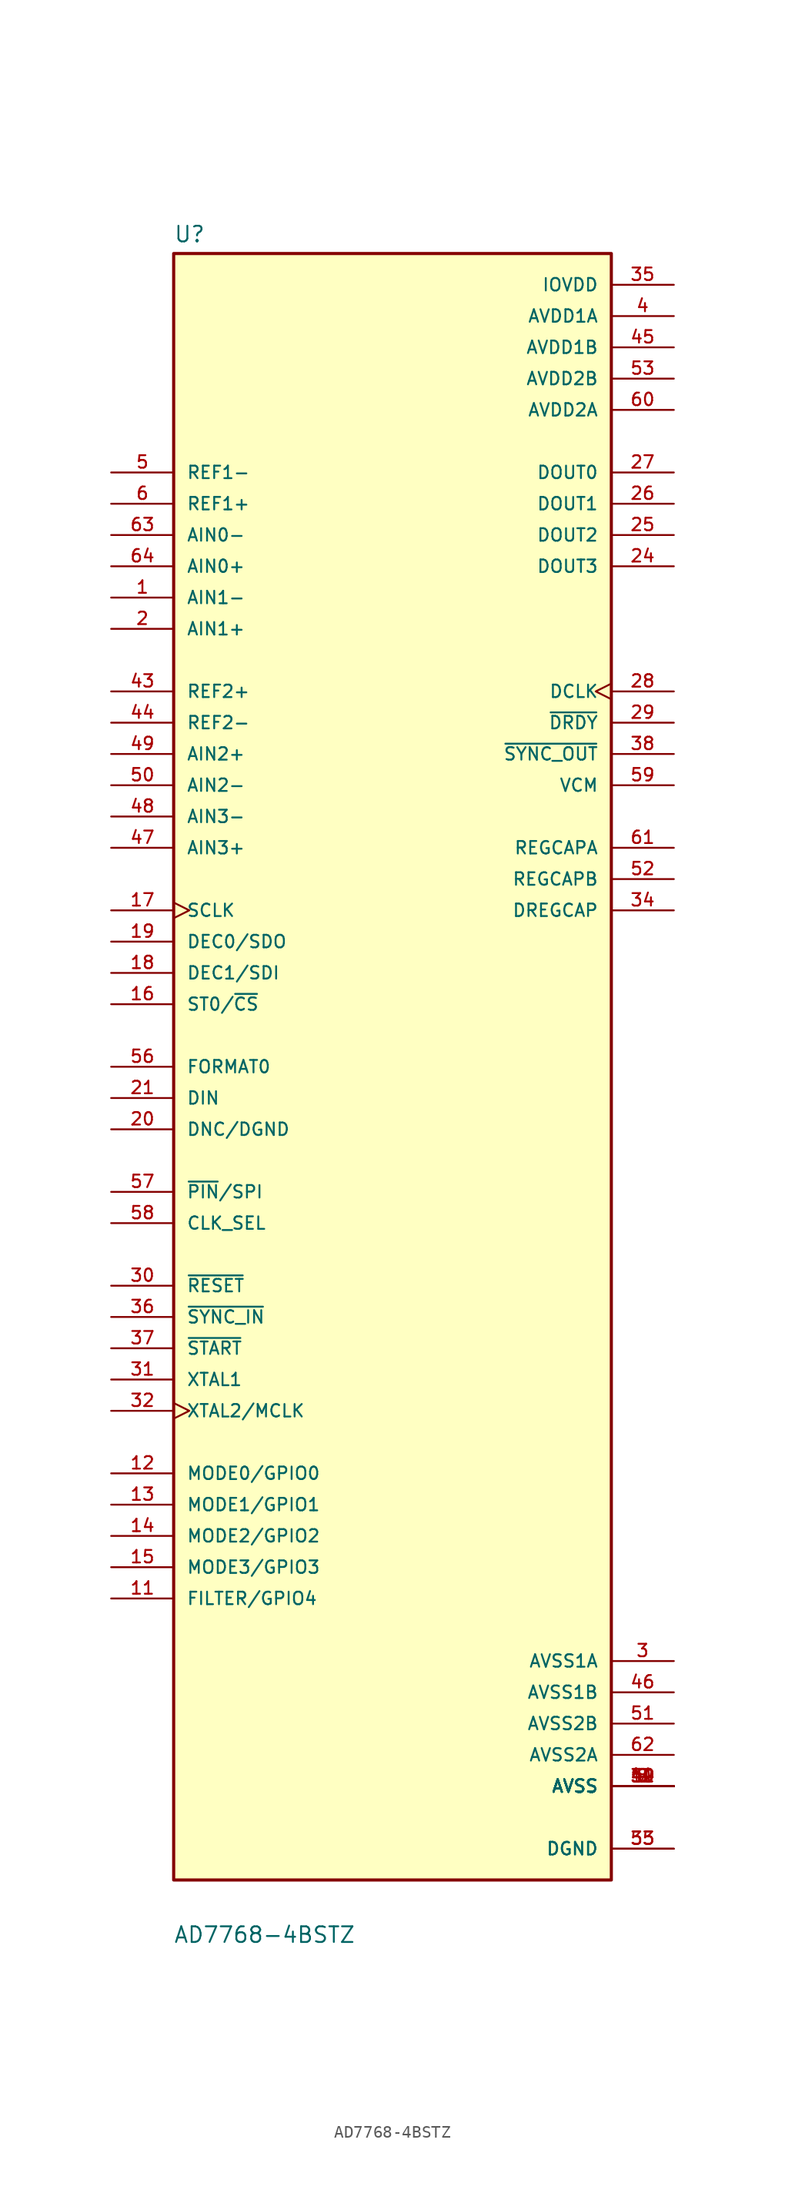
<source format=kicad_sym>
(kicad_symbol_lib
  (version 20211014)
  (generator kicad_symbol_editor)
  (symbol "AD7768-4BSTZ"
    (pin_names
      (offset 1.016))
    (property "Reference" "U"
      (at -17.796 66.861 0)
      (effects (font (size 1.27 1.27)) (justify bottom left)))
    (property "Value" "AD7768-4BSTZ"
      (at -17.809 -71.235 0)
      (effects (font (size 1.27 1.27)) (justify bottom left)))
    (symbol "AD7768-4BSTZ_0_0"
      (rectangle (start -17.78 -66.04) (end 17.78 66.04) (stroke (width 0.254)) (fill (type background)))
      (pin input line (at -22.86 38.1 0) (length 5.08) (name "AIN1-" (effects (font (size 1.016 1.016)))) (number "1" (effects (font (size 1.016 1.016)))))
      (pin input line (at -22.86 35.56 0) (length 5.08) (name "AIN1+" (effects (font (size 1.016 1.016)))) (number "2" (effects (font (size 1.016 1.016)))))
      (pin power_in line (at 22.86 -48.26 180.0) (length 5.08) (name "AVSS1A" (effects (font (size 1.016 1.016)))) (number "3" (effects (font (size 1.016 1.016)))))
      (pin power_in line (at 22.86 60.96 180.0) (length 5.08) (name "AVDD1A" (effects (font (size 1.016 1.016)))) (number "4" (effects (font (size 1.016 1.016)))))
      (pin input line (at -22.86 48.26 0) (length 5.08) (name "REF1-" (effects (font (size 1.016 1.016)))) (number "5" (effects (font (size 1.016 1.016)))))
      (pin input line (at -22.86 45.72 0) (length 5.08) (name "REF1+" (effects (font (size 1.016 1.016)))) (number "6" (effects (font (size 1.016 1.016)))))
      (pin power_in line (at 22.86 -58.42 180.0) (length 5.08) (name "AVSS" (effects (font (size 1.016 1.016)))) (number "7" (effects (font (size 1.016 1.016)))))
      (pin power_in line (at 22.86 -58.42 180.0) (length 5.08) (name "AVSS" (effects (font (size 1.016 1.016)))) (number "8" (effects (font (size 1.016 1.016)))))
      (pin power_in line (at 22.86 -58.42 180.0) (length 5.08) (name "AVSS" (effects (font (size 1.016 1.016)))) (number "9" (effects (font (size 1.016 1.016)))))
      (pin power_in line (at 22.86 -58.42 180.0) (length 5.08) (name "AVSS" (effects (font (size 1.016 1.016)))) (number "10" (effects (font (size 1.016 1.016)))))
      (pin power_in line (at 22.86 -58.42 180.0) (length 5.08) (name "AVSS" (effects (font (size 1.016 1.016)))) (number "39" (effects (font (size 1.016 1.016)))))
      (pin power_in line (at 22.86 -58.42 180.0) (length 5.08) (name "AVSS" (effects (font (size 1.016 1.016)))) (number "40" (effects (font (size 1.016 1.016)))))
      (pin power_in line (at 22.86 -58.42 180.0) (length 5.08) (name "AVSS" (effects (font (size 1.016 1.016)))) (number "41" (effects (font (size 1.016 1.016)))))
      (pin power_in line (at 22.86 -58.42 180.0) (length 5.08) (name "AVSS" (effects (font (size 1.016 1.016)))) (number "42" (effects (font (size 1.016 1.016)))))
      (pin power_in line (at 22.86 -58.42 180.0) (length 5.08) (name "AVSS" (effects (font (size 1.016 1.016)))) (number "54" (effects (font (size 1.016 1.016)))))
      (pin bidirectional line (at -22.86 -43.18 0) (length 5.08) (name "FILTER/GPIO4" (effects (font (size 1.016 1.016)))) (number "11" (effects (font (size 1.016 1.016)))))
      (pin bidirectional line (at -22.86 -33.02 0) (length 5.08) (name "MODE0/GPIO0" (effects (font (size 1.016 1.016)))) (number "12" (effects (font (size 1.016 1.016)))))
      (pin bidirectional line (at -22.86 -35.56 0) (length 5.08) (name "MODE1/GPIO1" (effects (font (size 1.016 1.016)))) (number "13" (effects (font (size 1.016 1.016)))))
      (pin bidirectional line (at -22.86 -38.1 0) (length 5.08) (name "MODE2/GPIO2" (effects (font (size 1.016 1.016)))) (number "14" (effects (font (size 1.016 1.016)))))
      (pin bidirectional line (at -22.86 -40.64 0) (length 5.08) (name "MODE3/GPIO3" (effects (font (size 1.016 1.016)))) (number "15" (effects (font (size 1.016 1.016)))))
      (pin input line (at -22.86 5.08 0) (length 5.08) (name "ST0/~{CS}" (effects (font (size 1.016 1.016)))) (number "16" (effects (font (size 1.016 1.016)))))
      (pin input clock (at -22.86 12.7 0) (length 5.08) (name "SCLK" (effects (font (size 1.016 1.016)))) (number "17" (effects (font (size 1.016 1.016)))))
      (pin input line (at -22.86 7.62 0) (length 5.08) (name "DEC1/SDI" (effects (font (size 1.016 1.016)))) (number "18" (effects (font (size 1.016 1.016)))))
      (pin bidirectional line (at -22.86 10.16 0) (length 5.08) (name "DEC0/SDO" (effects (font (size 1.016 1.016)))) (number "19" (effects (font (size 1.016 1.016)))))
      (pin output line (at 22.86 40.64 180.0) (length 5.08) (name "DOUT3" (effects (font (size 1.016 1.016)))) (number "24" (effects (font (size 1.016 1.016)))))
      (pin output line (at 22.86 43.18 180.0) (length 5.08) (name "DOUT2" (effects (font (size 1.016 1.016)))) (number "25" (effects (font (size 1.016 1.016)))))
      (pin output line (at 22.86 45.72 180.0) (length 5.08) (name "DOUT1" (effects (font (size 1.016 1.016)))) (number "26" (effects (font (size 1.016 1.016)))))
      (pin output line (at 22.86 48.26 180.0) (length 5.08) (name "DOUT0" (effects (font (size 1.016 1.016)))) (number "27" (effects (font (size 1.016 1.016)))))
      (pin output clock (at 22.86 30.48 180.0) (length 5.08) (name "DCLK" (effects (font (size 1.016 1.016)))) (number "28" (effects (font (size 1.016 1.016)))))
      (pin output line (at 22.86 27.94 180.0) (length 5.08) (name "~{DRDY}" (effects (font (size 1.016 1.016)))) (number "29" (effects (font (size 1.016 1.016)))))
      (pin input line (at -22.86 -17.78 0) (length 5.08) (name "~{RESET}" (effects (font (size 1.016 1.016)))) (number "30" (effects (font (size 1.016 1.016)))))
      (pin input line (at -22.86 -25.4 0) (length 5.08) (name "XTAL1" (effects (font (size 1.016 1.016)))) (number "31" (effects (font (size 1.016 1.016)))))
      (pin input clock (at -22.86 -27.94 0) (length 5.08) (name "XTAL2/MCLK" (effects (font (size 1.016 1.016)))) (number "32" (effects (font (size 1.016 1.016)))))
      (pin power_in line (at 22.86 -63.5 180.0) (length 5.08) (name "DGND" (effects (font (size 1.016 1.016)))) (number "33" (effects (font (size 1.016 1.016)))))
      (pin power_in line (at 22.86 -63.5 180.0) (length 5.08) (name "DGND" (effects (font (size 1.016 1.016)))) (number "55" (effects (font (size 1.016 1.016)))))
      (pin output line (at 22.86 12.7 180.0) (length 5.08) (name "DREGCAP" (effects (font (size 1.016 1.016)))) (number "34" (effects (font (size 1.016 1.016)))))
      (pin power_in line (at 22.86 63.5 180.0) (length 5.08) (name "IOVDD" (effects (font (size 1.016 1.016)))) (number "35" (effects (font (size 1.016 1.016)))))
      (pin input line (at -22.86 -20.32 0) (length 5.08) (name "~{SYNC_IN}" (effects (font (size 1.016 1.016)))) (number "36" (effects (font (size 1.016 1.016)))))
      (pin input line (at -22.86 -22.86 0) (length 5.08) (name "~{START}" (effects (font (size 1.016 1.016)))) (number "37" (effects (font (size 1.016 1.016)))))
      (pin output line (at 22.86 25.4 180.0) (length 5.08) (name "~{SYNC_OUT}" (effects (font (size 1.016 1.016)))) (number "38" (effects (font (size 1.016 1.016)))))
      (pin input line (at -22.86 30.48 0) (length 5.08) (name "REF2+" (effects (font (size 1.016 1.016)))) (number "43" (effects (font (size 1.016 1.016)))))
      (pin input line (at -22.86 27.94 0) (length 5.08) (name "REF2-" (effects (font (size 1.016 1.016)))) (number "44" (effects (font (size 1.016 1.016)))))
      (pin power_in line (at 22.86 58.42 180.0) (length 5.08) (name "AVDD1B" (effects (font (size 1.016 1.016)))) (number "45" (effects (font (size 1.016 1.016)))))
      (pin power_in line (at 22.86 -50.8 180.0) (length 5.08) (name "AVSS1B" (effects (font (size 1.016 1.016)))) (number "46" (effects (font (size 1.016 1.016)))))
      (pin input line (at -22.86 17.78 0) (length 5.08) (name "AIN3+" (effects (font (size 1.016 1.016)))) (number "47" (effects (font (size 1.016 1.016)))))
      (pin input line (at -22.86 20.32 0) (length 5.08) (name "AIN3-" (effects (font (size 1.016 1.016)))) (number "48" (effects (font (size 1.016 1.016)))))
      (pin input line (at -22.86 25.4 0) (length 5.08) (name "AIN2+" (effects (font (size 1.016 1.016)))) (number "49" (effects (font (size 1.016 1.016)))))
      (pin input line (at -22.86 22.86 0) (length 5.08) (name "AIN2-" (effects (font (size 1.016 1.016)))) (number "50" (effects (font (size 1.016 1.016)))))
      (pin power_in line (at 22.86 -53.34 180.0) (length 5.08) (name "AVSS2B" (effects (font (size 1.016 1.016)))) (number "51" (effects (font (size 1.016 1.016)))))
      (pin output line (at 22.86 15.24 180.0) (length 5.08) (name "REGCAPB" (effects (font (size 1.016 1.016)))) (number "52" (effects (font (size 1.016 1.016)))))
      (pin power_in line (at 22.86 55.88 180.0) (length 5.08) (name "AVDD2B" (effects (font (size 1.016 1.016)))) (number "53" (effects (font (size 1.016 1.016)))))
      (pin input line (at -22.86 0.0 0) (length 5.08) (name "FORMAT0" (effects (font (size 1.016 1.016)))) (number "56" (effects (font (size 1.016 1.016)))))
      (pin input line (at -22.86 -10.16 0) (length 5.08) (name "~{PIN}/SPI" (effects (font (size 1.016 1.016)))) (number "57" (effects (font (size 1.016 1.016)))))
      (pin input line (at -22.86 -12.7 0) (length 5.08) (name "CLK_SEL" (effects (font (size 1.016 1.016)))) (number "58" (effects (font (size 1.016 1.016)))))
      (pin output line (at 22.86 22.86 180.0) (length 5.08) (name "VCM" (effects (font (size 1.016 1.016)))) (number "59" (effects (font (size 1.016 1.016)))))
      (pin power_in line (at 22.86 53.34 180.0) (length 5.08) (name "AVDD2A" (effects (font (size 1.016 1.016)))) (number "60" (effects (font (size 1.016 1.016)))))
      (pin output line (at 22.86 17.78 180.0) (length 5.08) (name "REGCAPA" (effects (font (size 1.016 1.016)))) (number "61" (effects (font (size 1.016 1.016)))))
      (pin power_in line (at 22.86 -55.88 180.0) (length 5.08) (name "AVSS2A" (effects (font (size 1.016 1.016)))) (number "62" (effects (font (size 1.016 1.016)))))
      (pin input line (at -22.86 43.18 0) (length 5.08) (name "AIN0-" (effects (font (size 1.016 1.016)))) (number "63" (effects (font (size 1.016 1.016)))))
      (pin input line (at -22.86 40.64 0) (length 5.08) (name "AIN0+" (effects (font (size 1.016 1.016)))) (number "64" (effects (font (size 1.016 1.016)))))
      (pin bidirectional line (at -22.86 -5.08 0) (length 5.08) (name "DNC/DGND" (effects (font (size 1.016 1.016)))) (number "20" (effects (font (size 1.016 1.016)))))
      (pin input line (at -22.86 -2.54 0) (length 5.08) (name "DIN" (effects (font (size 1.016 1.016)))) (number "21" (effects (font (size 1.016 1.016))))))))
</source>
